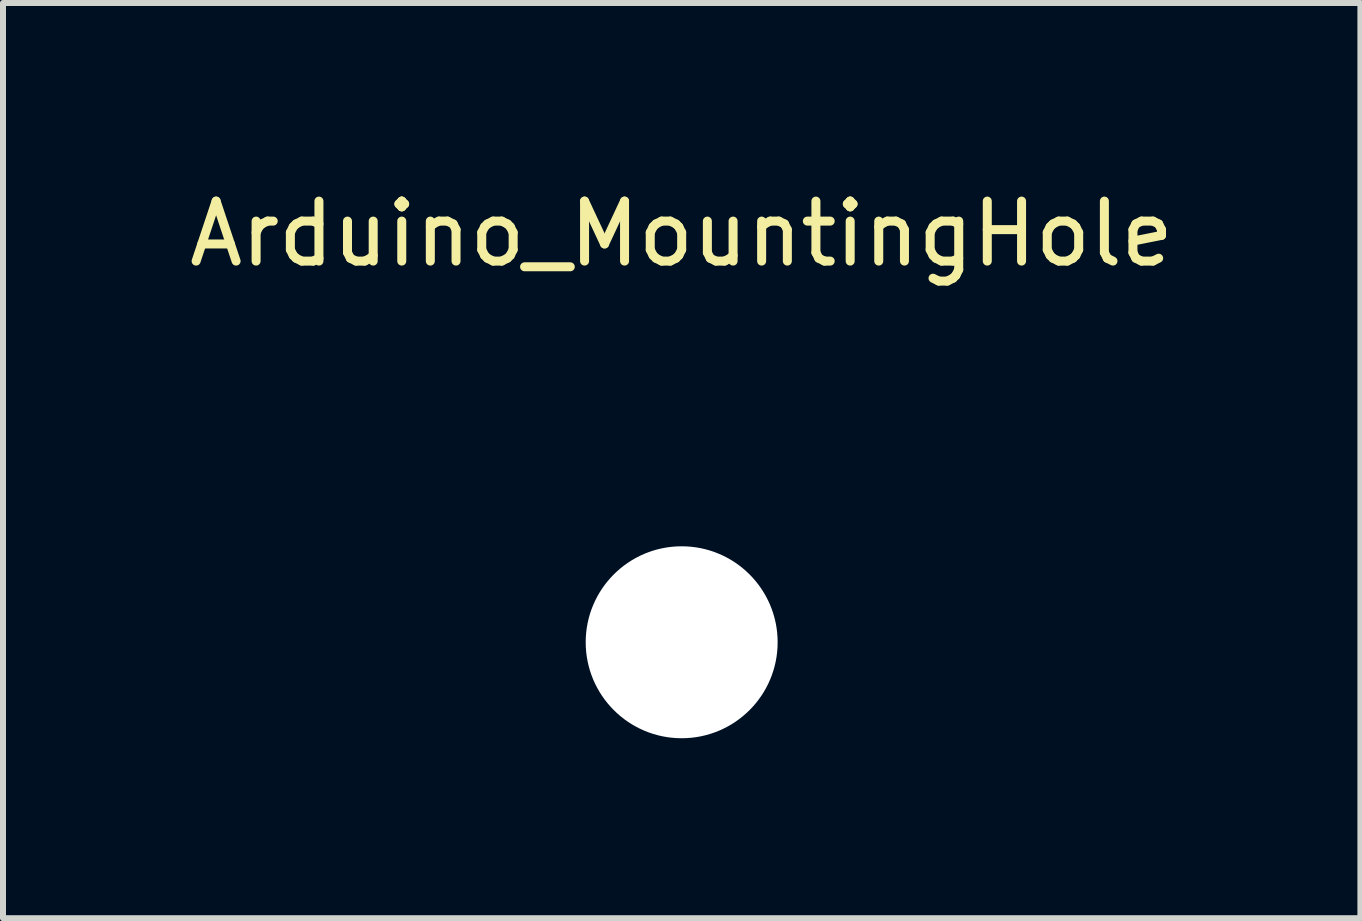
<source format=kicad_pcb>
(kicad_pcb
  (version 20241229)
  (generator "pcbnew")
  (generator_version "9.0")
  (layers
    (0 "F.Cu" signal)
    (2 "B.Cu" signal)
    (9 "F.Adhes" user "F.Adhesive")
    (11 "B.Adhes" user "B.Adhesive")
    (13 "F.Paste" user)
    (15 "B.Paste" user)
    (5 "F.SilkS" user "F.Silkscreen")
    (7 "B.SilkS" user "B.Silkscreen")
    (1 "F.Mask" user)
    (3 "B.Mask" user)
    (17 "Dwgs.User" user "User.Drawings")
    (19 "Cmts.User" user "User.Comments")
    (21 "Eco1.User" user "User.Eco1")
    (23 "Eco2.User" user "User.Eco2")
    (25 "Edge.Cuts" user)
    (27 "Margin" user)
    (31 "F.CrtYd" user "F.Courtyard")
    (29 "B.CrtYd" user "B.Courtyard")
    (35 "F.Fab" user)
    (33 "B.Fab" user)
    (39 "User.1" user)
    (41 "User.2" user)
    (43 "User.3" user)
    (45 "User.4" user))
  (footprint "Arduino_MountingHole"
    (layer "F.Cu")
    (at 8.315 7.658)
    (property "Reference" "Arduino_MountingHole" (at 0 -6.81 0) (unlocked yes) (layer "F.SilkS") (effects (font (size 1 1) (thickness 0.15))))
    (attr smd)
    (pad "" np_thru_hole circle (at 0 0) (size 3.2 3.2) (drill 3.2) (layers "*.Cu" "*.Mask")))
  (gr_rect
    (start -3 -3)
    (end 19.631 12.258)
    (stroke (width 0.1) (type default))
    (fill no)
    (layer "Edge.Cuts")))
</source>
